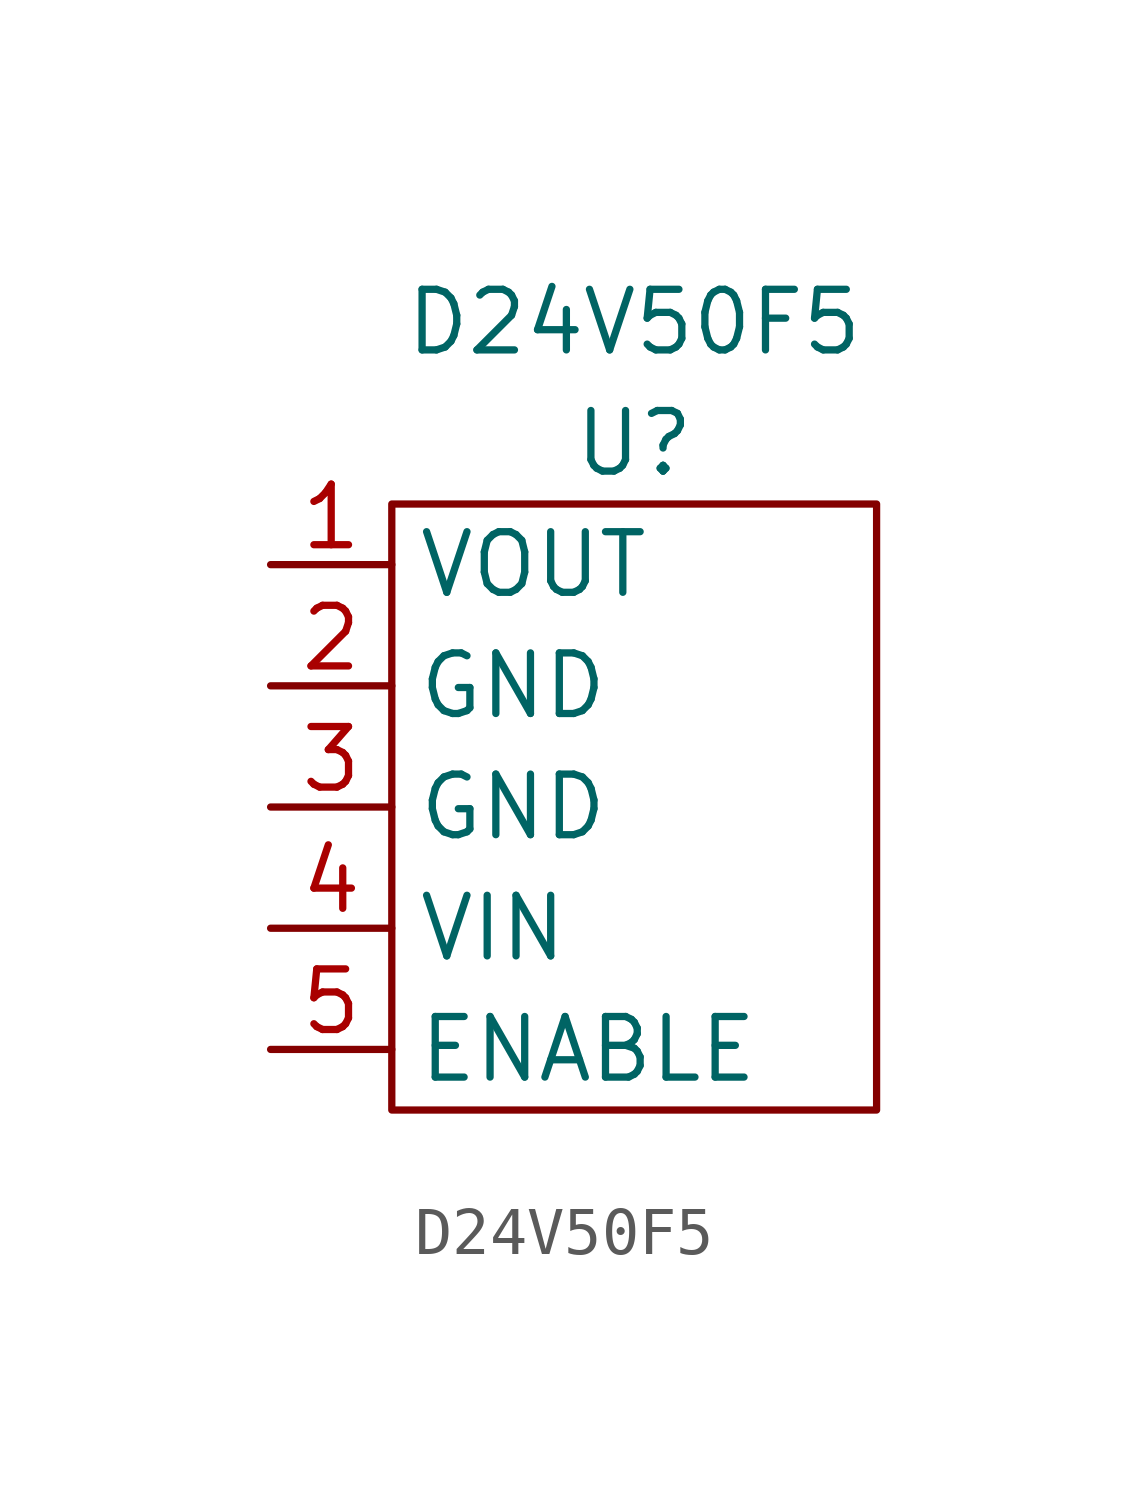
<source format=kicad_sym>
(kicad_symbol_lib
  (version 20211014)
  (generator kicad_symbol_editor)
  (symbol "D24V50F5"
    (property "Reference" "U"
      (at 0 2.54 0)
      (effects (font (size 1.27 1.27))))
    (property "Value" "D24V50F5"
      (at 0 5.08 0)
      (effects (font (size 1.27 1.27))))
    (symbol "D24V50F5_0_1"
      (rectangle (start -5.08 1.27) (end 5.08 -11.43) (stroke (width 0) (type default) (color 0 0 0 0)) (fill (type none))))
    (symbol "D24V50F5_1_1"
      (pin output line (at -7.62 0 0) (length 2.54) (name "VOUT" (effects (font (size 1.27 1.27)))) (number "1" (effects (font (size 1.27 1.27)))))
      (pin output line (at -7.62 -2.54 0) (length 2.54) (name "GND" (effects (font (size 1.27 1.27)))) (number "2" (effects (font (size 1.27 1.27)))))
      (pin output line (at -7.62 -5.08 0) (length 2.54) (name "GND" (effects (font (size 1.27 1.27)))) (number "3" (effects (font (size 1.27 1.27)))))
      (pin input line (at -7.62 -7.62 0) (length 2.54) (name "VIN" (effects (font (size 1.27 1.27)))) (number "4" (effects (font (size 1.27 1.27)))))
      (pin input line (at -7.62 -10.16 0) (length 2.54) (name "ENABLE" (effects (font (size 1.27 1.27)))) (number "5" (effects (font (size 1.27 1.27))))))))
</source>
